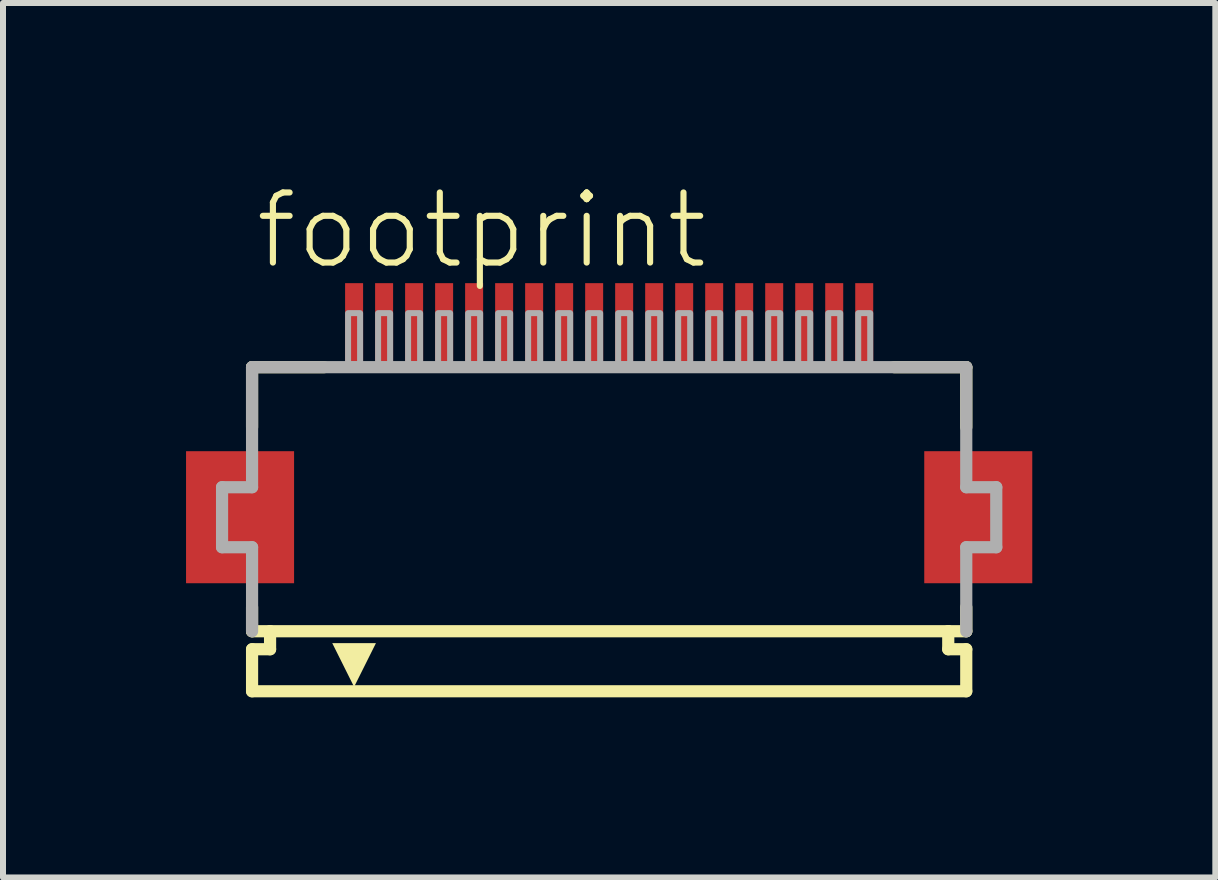
<source format=kicad_pcb>
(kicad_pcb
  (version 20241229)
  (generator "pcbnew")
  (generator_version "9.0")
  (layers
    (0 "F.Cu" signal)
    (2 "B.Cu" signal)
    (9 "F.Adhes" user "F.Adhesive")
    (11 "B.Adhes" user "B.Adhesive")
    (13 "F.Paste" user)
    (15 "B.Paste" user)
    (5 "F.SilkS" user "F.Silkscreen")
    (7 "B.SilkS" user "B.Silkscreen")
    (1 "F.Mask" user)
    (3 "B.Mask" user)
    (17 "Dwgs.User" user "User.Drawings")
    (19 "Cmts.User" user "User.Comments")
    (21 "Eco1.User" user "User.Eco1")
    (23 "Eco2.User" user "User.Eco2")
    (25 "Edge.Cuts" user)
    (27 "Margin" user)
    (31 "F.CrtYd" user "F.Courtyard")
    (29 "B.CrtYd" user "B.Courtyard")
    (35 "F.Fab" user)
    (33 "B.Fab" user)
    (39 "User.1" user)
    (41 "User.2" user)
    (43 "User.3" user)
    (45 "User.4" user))
  (footprint "footprint"
    (layer "F.Cu")
    (at 7.1 5.568)
    (property "Reference" "footprint" (at -5.948 -4.095 0) (layer "F.SilkS") (effects (font (size 1.168 1.168) (thickness 0.102)) (justify left bottom)))
    (fp_poly (pts (xy -5.25 -1.1) (xy -7.05 -1.1) (xy -7.05 1.1) (xy -5.25 1.1)) (stroke (width 0) (type solid)) (fill yes) (layer "F.Cu"))
    (fp_poly (pts (xy 7.05 -1.1) (xy 5.25 -1.1) (xy 5.25 1.1) (xy 7.05 1.1)) (stroke (width 0) (type solid)) (fill yes) (layer "F.Cu"))
    (fp_poly (pts (xy -5.2 -1.175) (xy -7.1 -1.175) (xy -7.1 1.175) (xy -5.2 1.175)) (stroke (width 0) (type solid)) (fill yes) (layer "F.Mask"))
    (fp_poly (pts (xy -4.45 -2.55) (xy -4.05 -2.55) (xy -4.05 -3.95) (xy -4.45 -3.95)) (stroke (width 0) (type solid)) (fill yes) (layer "F.Mask"))
    (fp_poly (pts (xy -3.95 -2.55) (xy -3.55 -2.55) (xy -3.55 -3.95) (xy -3.95 -3.95)) (stroke (width 0) (type solid)) (fill yes) (layer "F.Mask"))
    (fp_poly (pts (xy -3.45 -2.55) (xy -3.05 -2.55) (xy -3.05 -3.95) (xy -3.45 -3.95)) (stroke (width 0) (type solid)) (fill yes) (layer "F.Mask"))
    (fp_poly (pts (xy -2.95 -2.55) (xy -2.55 -2.55) (xy -2.55 -3.95) (xy -2.95 -3.95)) (stroke (width 0) (type solid)) (fill yes) (layer "F.Mask"))
    (fp_poly (pts (xy -2.45 -2.55) (xy -2.05 -2.55) (xy -2.05 -3.95) (xy -2.45 -3.95)) (stroke (width 0) (type solid)) (fill yes) (layer "F.Mask"))
    (fp_poly (pts (xy -1.95 -2.55) (xy -1.55 -2.55) (xy -1.55 -3.95) (xy -1.95 -3.95)) (stroke (width 0) (type solid)) (fill yes) (layer "F.Mask"))
    (fp_poly (pts (xy -1.45 -2.55) (xy -1.05 -2.55) (xy -1.05 -3.95) (xy -1.45 -3.95)) (stroke (width 0) (type solid)) (fill yes) (layer "F.Mask"))
    (fp_poly (pts (xy -0.95 -2.55) (xy -0.55 -2.55) (xy -0.55 -3.95) (xy -0.95 -3.95)) (stroke (width 0) (type solid)) (fill yes) (layer "F.Mask"))
    (fp_poly (pts (xy -0.45 -2.55) (xy -0.05 -2.55) (xy -0.05 -3.95) (xy -0.45 -3.95)) (stroke (width 0) (type solid)) (fill yes) (layer "F.Mask"))
    (fp_poly (pts (xy 0.05 -2.55) (xy 0.45 -2.55) (xy 0.45 -3.95) (xy 0.05 -3.95)) (stroke (width 0) (type solid)) (fill yes) (layer "F.Mask"))
    (fp_poly (pts (xy 0.55 -2.55) (xy 0.95 -2.55) (xy 0.95 -3.95) (xy 0.55 -3.95)) (stroke (width 0) (type solid)) (fill yes) (layer "F.Mask"))
    (fp_poly (pts (xy 1.05 -2.55) (xy 1.45 -2.55) (xy 1.45 -3.95) (xy 1.05 -3.95)) (stroke (width 0) (type solid)) (fill yes) (layer "F.Mask"))
    (fp_poly (pts (xy 1.55 -2.55) (xy 1.95 -2.55) (xy 1.95 -3.95) (xy 1.55 -3.95)) (stroke (width 0) (type solid)) (fill yes) (layer "F.Mask"))
    (fp_poly (pts (xy 2.05 -2.55) (xy 2.45 -2.55) (xy 2.45 -3.95) (xy 2.05 -3.95)) (stroke (width 0) (type solid)) (fill yes) (layer "F.Mask"))
    (fp_poly (pts (xy 2.55 -2.55) (xy 2.95 -2.55) (xy 2.95 -3.95) (xy 2.55 -3.95)) (stroke (width 0) (type solid)) (fill yes) (layer "F.Mask"))
    (fp_poly (pts (xy 3.05 -2.55) (xy 3.45 -2.55) (xy 3.45 -3.95) (xy 3.05 -3.95)) (stroke (width 0) (type solid)) (fill yes) (layer "F.Mask"))
    (fp_poly (pts (xy 3.55 -2.55) (xy 3.95 -2.55) (xy 3.95 -3.95) (xy 3.55 -3.95)) (stroke (width 0) (type solid)) (fill yes) (layer "F.Mask"))
    (fp_poly (pts (xy 4.05 -2.55) (xy 4.45 -2.55) (xy 4.45 -3.95) (xy 4.05 -3.95)) (stroke (width 0) (type solid)) (fill yes) (layer "F.Mask"))
    (fp_poly (pts (xy 7.1 -1.175) (xy 5.2 -1.175) (xy 5.2 1.175) (xy 7.1 1.175)) (stroke (width 0) (type solid)) (fill yes) (layer "F.Mask"))
    (fp_line (start -5.95 -2.5) (end -5.95 -1.5) (stroke (width 0.203) (type solid)) (layer "F.SilkS"))
    (fp_line (start -5.95 1.5) (end -5.95 1.9) (stroke (width 0.203) (type solid)) (layer "F.SilkS"))
    (fp_line (start -5.95 1.9) (end -5.65 1.9) (stroke (width 0.203) (type solid)) (layer "F.SilkS"))
    (fp_line (start -5.95 2.2) (end -5.95 2.9) (stroke (width 0.203) (type solid)) (layer "F.SilkS"))
    (fp_line (start -5.65 1.9) (end -5.65 2.2) (stroke (width 0.203) (type solid)) (layer "F.SilkS"))
    (fp_line (start -5.65 2.2) (end -5.95 2.2) (stroke (width 0.203) (type solid)) (layer "F.SilkS"))
    (fp_line (start -4.75 -2.5) (end -5.95 -2.5) (stroke (width 0.203) (type solid)) (layer "F.SilkS"))
    (fp_line (start 5.65 1.9) (end -5.65 1.9) (stroke (width 0.203) (type solid)) (layer "F.SilkS"))
    (fp_line (start 5.65 1.9) (end 5.95 1.9) (stroke (width 0.203) (type solid)) (layer "F.SilkS"))
    (fp_line (start 5.65 2.2) (end 5.65 1.9) (stroke (width 0.203) (type solid)) (layer "F.SilkS"))
    (fp_line (start 5.95 -2.5) (end 4.75 -2.5) (stroke (width 0.203) (type solid)) (layer "F.SilkS"))
    (fp_line (start 5.95 -1.5) (end 5.95 -2.5) (stroke (width 0.203) (type solid)) (layer "F.SilkS"))
    (fp_line (start 5.95 1.9) (end 5.95 1.5) (stroke (width 0.203) (type solid)) (layer "F.SilkS"))
    (fp_line (start 5.95 2.2) (end 5.65 2.2) (stroke (width 0.203) (type solid)) (layer "F.SilkS"))
    (fp_line (start 5.95 2.9) (end -5.95 2.9) (stroke (width 0.203) (type solid)) (layer "F.SilkS"))
    (fp_line (start 5.95 2.9) (end 5.95 2.2) (stroke (width 0.203) (type solid)) (layer "F.SilkS"))
    (fp_poly (pts (xy -4.25 2.827) (xy -4.614 2.098) (xy -3.886 2.098)) (stroke (width 0) (type solid)) (fill yes) (layer "F.SilkS"))
    (fp_poly (pts (xy -5.325 -1.025) (xy -6.975 -1.025) (xy -6.975 1.025) (xy -5.325 1.025)) (stroke (width 0) (type solid)) (fill yes) (layer "F.Paste"))
    (fp_poly (pts (xy -4.375 -2.625) (xy -4.125 -2.625) (xy -4.125 -3.875) (xy -4.375 -3.875)) (stroke (width 0) (type solid)) (fill yes) (layer "F.Paste"))
    (fp_poly (pts (xy -3.875 -2.625) (xy -3.625 -2.625) (xy -3.625 -3.875) (xy -3.875 -3.875)) (stroke (width 0) (type solid)) (fill yes) (layer "F.Paste"))
    (fp_poly (pts (xy -3.375 -2.625) (xy -3.125 -2.625) (xy -3.125 -3.875) (xy -3.375 -3.875)) (stroke (width 0) (type solid)) (fill yes) (layer "F.Paste"))
    (fp_poly (pts (xy -2.875 -2.625) (xy -2.625 -2.625) (xy -2.625 -3.875) (xy -2.875 -3.875)) (stroke (width 0) (type solid)) (fill yes) (layer "F.Paste"))
    (fp_poly (pts (xy -2.375 -2.625) (xy -2.125 -2.625) (xy -2.125 -3.875) (xy -2.375 -3.875)) (stroke (width 0) (type solid)) (fill yes) (layer "F.Paste"))
    (fp_poly (pts (xy -1.875 -2.625) (xy -1.625 -2.625) (xy -1.625 -3.875) (xy -1.875 -3.875)) (stroke (width 0) (type solid)) (fill yes) (layer "F.Paste"))
    (fp_poly (pts (xy -1.375 -2.625) (xy -1.125 -2.625) (xy -1.125 -3.875) (xy -1.375 -3.875)) (stroke (width 0) (type solid)) (fill yes) (layer "F.Paste"))
    (fp_poly (pts (xy -0.875 -2.625) (xy -0.625 -2.625) (xy -0.625 -3.875) (xy -0.875 -3.875)) (stroke (width 0) (type solid)) (fill yes) (layer "F.Paste"))
    (fp_poly (pts (xy -0.375 -2.625) (xy -0.125 -2.625) (xy -0.125 -3.875) (xy -0.375 -3.875)) (stroke (width 0) (type solid)) (fill yes) (layer "F.Paste"))
    (fp_poly (pts (xy 0.125 -2.625) (xy 0.375 -2.625) (xy 0.375 -3.875) (xy 0.125 -3.875)) (stroke (width 0) (type solid)) (fill yes) (layer "F.Paste"))
    (fp_poly (pts (xy 0.625 -2.625) (xy 0.875 -2.625) (xy 0.875 -3.875) (xy 0.625 -3.875)) (stroke (width 0) (type solid)) (fill yes) (layer "F.Paste"))
    (fp_poly (pts (xy 1.125 -2.625) (xy 1.375 -2.625) (xy 1.375 -3.875) (xy 1.125 -3.875)) (stroke (width 0) (type solid)) (fill yes) (layer "F.Paste"))
    (fp_poly (pts (xy 1.625 -2.625) (xy 1.875 -2.625) (xy 1.875 -3.875) (xy 1.625 -3.875)) (stroke (width 0) (type solid)) (fill yes) (layer "F.Paste"))
    (fp_poly (pts (xy 2.125 -2.625) (xy 2.375 -2.625) (xy 2.375 -3.875) (xy 2.125 -3.875)) (stroke (width 0) (type solid)) (fill yes) (layer "F.Paste"))
    (fp_poly (pts (xy 2.625 -2.625) (xy 2.875 -2.625) (xy 2.875 -3.875) (xy 2.625 -3.875)) (stroke (width 0) (type solid)) (fill yes) (layer "F.Paste"))
    (fp_poly (pts (xy 3.125 -2.625) (xy 3.375 -2.625) (xy 3.375 -3.875) (xy 3.125 -3.875)) (stroke (width 0) (type solid)) (fill yes) (layer "F.Paste"))
    (fp_poly (pts (xy 3.625 -2.625) (xy 3.875 -2.625) (xy 3.875 -3.875) (xy 3.625 -3.875)) (stroke (width 0) (type solid)) (fill yes) (layer "F.Paste"))
    (fp_poly (pts (xy 4.125 -2.625) (xy 4.375 -2.625) (xy 4.375 -3.875) (xy 4.125 -3.875)) (stroke (width 0) (type solid)) (fill yes) (layer "F.Paste"))
    (fp_poly (pts (xy 6.975 -1.025) (xy 5.325 -1.025) (xy 5.325 1.025) (xy 6.975 1.025)) (stroke (width 0) (type solid)) (fill yes) (layer "F.Paste"))
    (fp_line (start -6.45 -0.5) (end -6.45 0.5) (stroke (width 0.203) (type solid)) (layer "F.Fab"))
    (fp_line (start -6.45 0.5) (end -5.95 0.5) (stroke (width 0.203) (type solid)) (layer "F.Fab"))
    (fp_line (start -5.95 -2.5) (end -5.95 -0.5) (stroke (width 0.203) (type solid)) (layer "F.Fab"))
    (fp_line (start -5.95 -0.5) (end -6.45 -0.5) (stroke (width 0.203) (type solid)) (layer "F.Fab"))
    (fp_line (start -5.95 0.5) (end -5.95 1.9) (stroke (width 0.203) (type solid)) (layer "F.Fab"))
    (fp_line (start 5.95 -2.5) (end -5.95 -2.5) (stroke (width 0.203) (type solid)) (layer "F.Fab"))
    (fp_line (start 5.95 -0.5) (end 5.95 -2.5) (stroke (width 0.203) (type solid)) (layer "F.Fab"))
    (fp_line (start 5.95 0.5) (end 6.45 0.5) (stroke (width 0.203) (type solid)) (layer "F.Fab"))
    (fp_line (start 5.95 1.9) (end 5.95 0.5) (stroke (width 0.203) (type solid)) (layer "F.Fab"))
    (fp_line (start 6.45 -0.5) (end 5.95 -0.5) (stroke (width 0.203) (type solid)) (layer "F.Fab"))
    (fp_line (start 6.45 0.5) (end 6.45 -0.5) (stroke (width 0.203) (type solid)) (layer "F.Fab"))
    (fp_poly (pts (xy -4.35 -2.55) (xy -4.15 -2.55) (xy -4.15 -3.4) (xy -4.35 -3.4)) (stroke (width 0.1) (type solid)) (fill no) (layer "F.Fab"))
    (fp_poly (pts (xy -3.85 -2.55) (xy -3.65 -2.55) (xy -3.65 -3.4) (xy -3.85 -3.4)) (stroke (width 0.1) (type solid)) (fill no) (layer "F.Fab"))
    (fp_poly (pts (xy -3.35 -2.55) (xy -3.15 -2.55) (xy -3.15 -3.4) (xy -3.35 -3.4)) (stroke (width 0.1) (type solid)) (fill no) (layer "F.Fab"))
    (fp_poly (pts (xy -2.85 -2.55) (xy -2.65 -2.55) (xy -2.65 -3.4) (xy -2.85 -3.4)) (stroke (width 0.1) (type solid)) (fill no) (layer "F.Fab"))
    (fp_poly (pts (xy -2.35 -2.55) (xy -2.15 -2.55) (xy -2.15 -3.4) (xy -2.35 -3.4)) (stroke (width 0.1) (type solid)) (fill no) (layer "F.Fab"))
    (fp_poly (pts (xy -1.85 -2.55) (xy -1.65 -2.55) (xy -1.65 -3.4) (xy -1.85 -3.4)) (stroke (width 0.1) (type solid)) (fill no) (layer "F.Fab"))
    (fp_poly (pts (xy -1.35 -2.55) (xy -1.15 -2.55) (xy -1.15 -3.4) (xy -1.35 -3.4)) (stroke (width 0.1) (type solid)) (fill no) (layer "F.Fab"))
    (fp_poly (pts (xy -0.85 -2.55) (xy -0.65 -2.55) (xy -0.65 -3.4) (xy -0.85 -3.4)) (stroke (width 0.1) (type solid)) (fill no) (layer "F.Fab"))
    (fp_poly (pts (xy -0.35 -2.55) (xy -0.15 -2.55) (xy -0.15 -3.4) (xy -0.35 -3.4)) (stroke (width 0.1) (type solid)) (fill no) (layer "F.Fab"))
    (fp_poly (pts (xy 0.15 -2.55) (xy 0.35 -2.55) (xy 0.35 -3.4) (xy 0.15 -3.4)) (stroke (width 0.1) (type solid)) (fill no) (layer "F.Fab"))
    (fp_poly (pts (xy 0.65 -2.55) (xy 0.85 -2.55) (xy 0.85 -3.4) (xy 0.65 -3.4)) (stroke (width 0.1) (type solid)) (fill no) (layer "F.Fab"))
    (fp_poly (pts (xy 1.15 -2.55) (xy 1.35 -2.55) (xy 1.35 -3.4) (xy 1.15 -3.4)) (stroke (width 0.1) (type solid)) (fill no) (layer "F.Fab"))
    (fp_poly (pts (xy 1.65 -2.55) (xy 1.85 -2.55) (xy 1.85 -3.4) (xy 1.65 -3.4)) (stroke (width 0.1) (type solid)) (fill no) (layer "F.Fab"))
    (fp_poly (pts (xy 2.15 -2.55) (xy 2.35 -2.55) (xy 2.35 -3.4) (xy 2.15 -3.4)) (stroke (width 0.1) (type solid)) (fill no) (layer "F.Fab"))
    (fp_poly (pts (xy 2.65 -2.55) (xy 2.85 -2.55) (xy 2.85 -3.4) (xy 2.65 -3.4)) (stroke (width 0.1) (type solid)) (fill no) (layer "F.Fab"))
    (fp_poly (pts (xy 3.15 -2.55) (xy 3.35 -2.55) (xy 3.35 -3.4) (xy 3.15 -3.4)) (stroke (width 0.1) (type solid)) (fill no) (layer "F.Fab"))
    (fp_poly (pts (xy 3.65 -2.55) (xy 3.85 -2.55) (xy 3.85 -3.4) (xy 3.65 -3.4)) (stroke (width 0.1) (type solid)) (fill no) (layer "F.Fab"))
    (fp_poly (pts (xy 4.15 -2.55) (xy 4.35 -2.55) (xy 4.35 -3.4) (xy 4.15 -3.4)) (stroke (width 0.1) (type solid)) (fill no) (layer "F.Fab"))
    (pad "1" smd rect (at -4.25 -3.25) (size 0.3 1.3) (layers "F.Cu"))
    (pad "2" smd rect (at -3.75 -3.25) (size 0.3 1.3) (layers "F.Cu"))
    (pad "3" smd rect (at -3.25 -3.25) (size 0.3 1.3) (layers "F.Cu"))
    (pad "4" smd rect (at -2.75 -3.25) (size 0.3 1.3) (layers "F.Cu"))
    (pad "5" smd rect (at -2.25 -3.25) (size 0.3 1.3) (layers "F.Cu"))
    (pad "6" smd rect (at -1.75 -3.25) (size 0.3 1.3) (layers "F.Cu"))
    (pad "7" smd rect (at -1.25 -3.25) (size 0.3 1.3) (layers "F.Cu"))
    (pad "8" smd rect (at -0.75 -3.25) (size 0.3 1.3) (layers "F.Cu"))
    (pad "9" smd rect (at -0.25 -3.25) (size 0.3 1.3) (layers "F.Cu"))
    (pad "10" smd rect (at 0.25 -3.25) (size 0.3 1.3) (layers "F.Cu"))
    (pad "11" smd rect (at 0.75 -3.25) (size 0.3 1.3) (layers "F.Cu"))
    (pad "12" smd rect (at 1.25 -3.25) (size 0.3 1.3) (layers "F.Cu"))
    (pad "13" smd rect (at 1.75 -3.25) (size 0.3 1.3) (layers "F.Cu"))
    (pad "14" smd rect (at 2.25 -3.25) (size 0.3 1.3) (layers "F.Cu"))
    (pad "15" smd rect (at 2.75 -3.25) (size 0.3 1.3) (layers "F.Cu"))
    (pad "16" smd rect (at 3.25 -3.25) (size 0.3 1.3) (layers "F.Cu"))
    (pad "17" smd rect (at 3.75 -3.25) (size 0.3 1.3) (layers "F.Cu"))
    (pad "18" smd rect (at 4.25 -3.25) (size 0.3 1.3) (layers "F.Cu")))
  (gr_rect
    (start -3 -3)
    (end 17.2 11.57)
    (stroke (width 0.1) (type default))
    (fill no)
    (layer "Edge.Cuts")))
</source>
